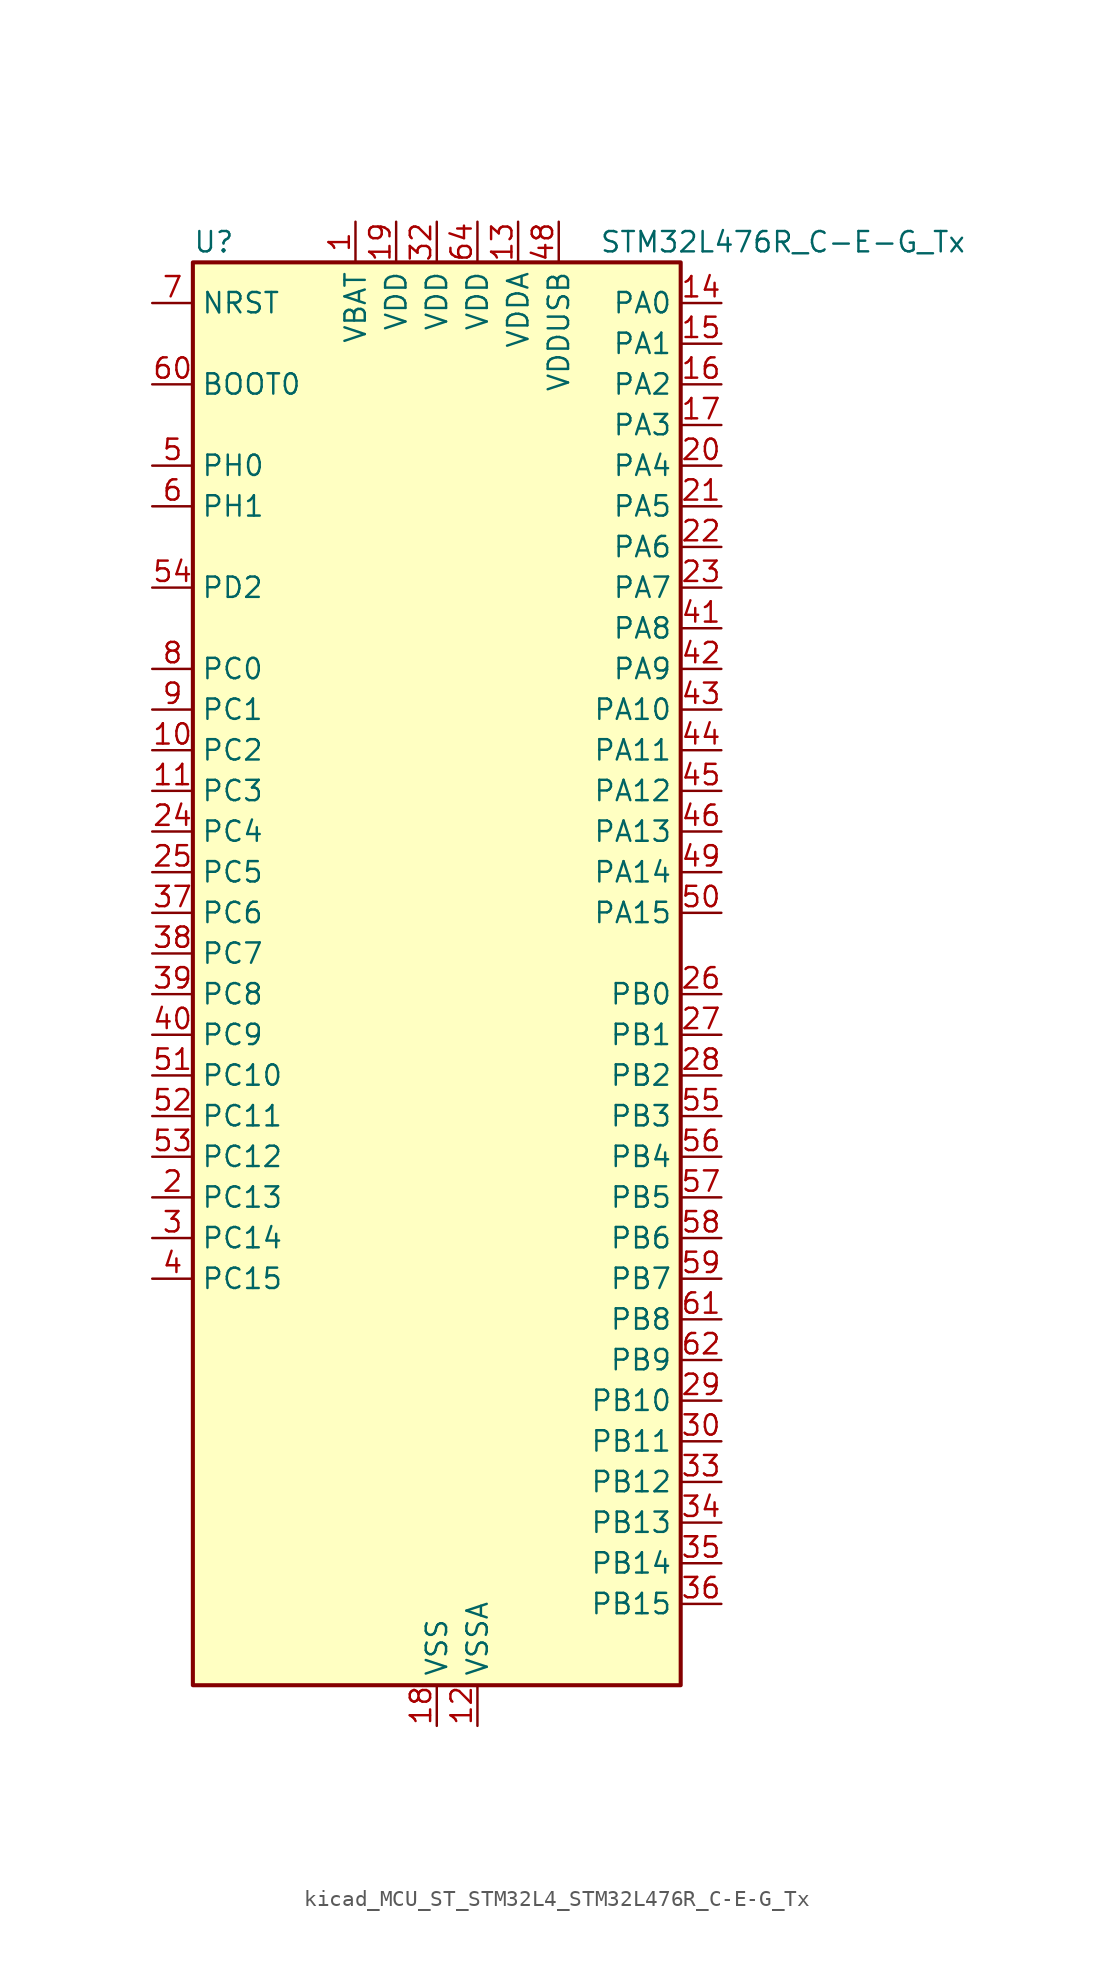
<source format=kicad_sym>
(kicad_symbol_lib
  (version 20220914)
  (generator kicad_symbol_editor)
  (symbol "kicad_MCU_ST_STM32L4_STM32L476R_C-E-G_Tx"
    (property "Reference" "U"
      (at -15.24 46.99 0)
      (effects (font (size 1.27 1.27)) (justify left)))
    (property "Value" "STM32L476R_C-E-G_Tx"
      (at 10.16 46.99 0)
      (effects (font (size 1.27 1.27)) (justify left)))
    (property "ki_locked" ""
      (at 0 0 0)
      (effects (font (size 1.27 1.27))))
    (symbol "kicad_MCU_ST_STM32L4_STM32L476R_C-E-G_Tx_0_1"
      (rectangle (start -15.24 -43.18) (end 15.24 45.72) (stroke (width 0.254) (type default)) (fill (type background))))
    (symbol "kicad_MCU_ST_STM32L4_STM32L476R_C-E-G_Tx_1_1"
      (pin power_in line (at -5.08 48.26 270) (length 2.54) (name "VBAT" (effects (font (size 1.27 1.27)))) (number "1" (effects (font (size 1.27 1.27)))))
      (pin bidirectional line (at -17.78 15.24 0) (length 2.54) (name "PC2" (effects (font (size 1.27 1.27)))) (number "10" (effects (font (size 1.27 1.27)))) (alternate "ADC1_IN3" bidirectional line) (alternate "ADC2_IN3" bidirectional line) (alternate "ADC3_IN3" bidirectional line) (alternate "DFSDM1_CKOUT" bidirectional line) (alternate "LCD_SEG20" bidirectional line) (alternate "LPTIM1_IN2" bidirectional line) (alternate "SPI2_MISO" bidirectional line))
      (pin bidirectional line (at -17.78 12.7 0) (length 2.54) (name "PC3" (effects (font (size 1.27 1.27)))) (number "11" (effects (font (size 1.27 1.27)))) (alternate "ADC1_IN4" bidirectional line) (alternate "ADC2_IN4" bidirectional line) (alternate "ADC3_IN4" bidirectional line) (alternate "LCD_VLCD" bidirectional line) (alternate "LPTIM1_ETR" bidirectional line) (alternate "LPTIM2_ETR" bidirectional line) (alternate "SAI1_SD_A" bidirectional line) (alternate "SPI2_MOSI" bidirectional line))
      (pin power_in line (at 2.54 -45.72 90) (length 2.54) (name "VSSA" (effects (font (size 1.27 1.27)))) (number "12" (effects (font (size 1.27 1.27)))))
      (pin power_in line (at 5.08 48.26 270) (length 2.54) (name "VDDA" (effects (font (size 1.27 1.27)))) (number "13" (effects (font (size 1.27 1.27)))))
      (pin bidirectional line (at 17.78 43.18 180) (length 2.54) (name "PA0" (effects (font (size 1.27 1.27)))) (number "14" (effects (font (size 1.27 1.27)))) (alternate "ADC1_IN5" bidirectional line) (alternate "ADC2_IN5" bidirectional line) (alternate "OPAMP1_VINP" bidirectional line) (alternate "RTC_TAMP2" bidirectional line) (alternate "SAI1_EXTCLK" bidirectional line) (alternate "SYS_WKUP1" bidirectional line) (alternate "TIM2_CH1" bidirectional line) (alternate "TIM2_ETR" bidirectional line) (alternate "TIM5_CH1" bidirectional line) (alternate "TIM8_ETR" bidirectional line) (alternate "UART4_TX" bidirectional line) (alternate "USART2_CTS" bidirectional line))
      (pin bidirectional line (at 17.78 40.64 180) (length 2.54) (name "PA1" (effects (font (size 1.27 1.27)))) (number "15" (effects (font (size 1.27 1.27)))) (alternate "ADC1_IN6" bidirectional line) (alternate "ADC2_IN6" bidirectional line) (alternate "LCD_SEG0" bidirectional line) (alternate "OPAMP1_VINM" bidirectional line) (alternate "TIM15_CH1N" bidirectional line) (alternate "TIM2_CH2" bidirectional line) (alternate "TIM5_CH2" bidirectional line) (alternate "UART4_RX" bidirectional line) (alternate "USART2_DE" bidirectional line) (alternate "USART2_RTS" bidirectional line))
      (pin bidirectional line (at 17.78 38.1 180) (length 2.54) (name "PA2" (effects (font (size 1.27 1.27)))) (number "16" (effects (font (size 1.27 1.27)))) (alternate "ADC1_IN7" bidirectional line) (alternate "ADC2_IN7" bidirectional line) (alternate "LCD_SEG1" bidirectional line) (alternate "RCC_LSCO" bidirectional line) (alternate "SAI2_EXTCLK" bidirectional line) (alternate "SYS_WKUP4" bidirectional line) (alternate "TIM15_CH1" bidirectional line) (alternate "TIM2_CH3" bidirectional line) (alternate "TIM5_CH3" bidirectional line) (alternate "USART2_TX" bidirectional line))
      (pin bidirectional line (at 17.78 35.56 180) (length 2.54) (name "PA3" (effects (font (size 1.27 1.27)))) (number "17" (effects (font (size 1.27 1.27)))) (alternate "ADC1_IN8" bidirectional line) (alternate "ADC2_IN8" bidirectional line) (alternate "LCD_SEG2" bidirectional line) (alternate "OPAMP1_VOUT" bidirectional line) (alternate "TIM15_CH2" bidirectional line) (alternate "TIM2_CH4" bidirectional line) (alternate "TIM5_CH4" bidirectional line) (alternate "USART2_RX" bidirectional line))
      (pin power_in line (at 0 -45.72 90) (length 2.54) (name "VSS" (effects (font (size 1.27 1.27)))) (number "18" (effects (font (size 1.27 1.27)))))
      (pin power_in line (at -2.54 48.26 270) (length 2.54) (name "VDD" (effects (font (size 1.27 1.27)))) (number "19" (effects (font (size 1.27 1.27)))))
      (pin bidirectional line (at -17.78 -12.7 0) (length 2.54) (name "PC13" (effects (font (size 1.27 1.27)))) (number "2" (effects (font (size 1.27 1.27)))) (alternate "RTC_OUT_ALARM" bidirectional line) (alternate "RTC_OUT_CALIB" bidirectional line) (alternate "RTC_TAMP1" bidirectional line) (alternate "RTC_TS" bidirectional line) (alternate "SYS_WKUP2" bidirectional line))
      (pin bidirectional line (at 17.78 33.02 180) (length 2.54) (name "PA4" (effects (font (size 1.27 1.27)))) (number "20" (effects (font (size 1.27 1.27)))) (alternate "ADC1_IN9" bidirectional line) (alternate "ADC2_IN9" bidirectional line) (alternate "DAC1_OUT1" bidirectional line) (alternate "LPTIM2_OUT" bidirectional line) (alternate "SAI1_FS_B" bidirectional line) (alternate "SPI1_NSS" bidirectional line) (alternate "SPI3_NSS" bidirectional line) (alternate "USART2_CK" bidirectional line))
      (pin bidirectional line (at 17.78 30.48 180) (length 2.54) (name "PA5" (effects (font (size 1.27 1.27)))) (number "21" (effects (font (size 1.27 1.27)))) (alternate "ADC1_IN10" bidirectional line) (alternate "ADC2_IN10" bidirectional line) (alternate "DAC1_OUT2" bidirectional line) (alternate "LPTIM2_ETR" bidirectional line) (alternate "SPI1_SCK" bidirectional line) (alternate "TIM2_CH1" bidirectional line) (alternate "TIM2_ETR" bidirectional line) (alternate "TIM8_CH1N" bidirectional line))
      (pin bidirectional line (at 17.78 27.94 180) (length 2.54) (name "PA6" (effects (font (size 1.27 1.27)))) (number "22" (effects (font (size 1.27 1.27)))) (alternate "ADC1_IN11" bidirectional line) (alternate "ADC2_IN11" bidirectional line) (alternate "LCD_SEG3" bidirectional line) (alternate "OPAMP2_VINP" bidirectional line) (alternate "QUADSPI_BK1_IO3" bidirectional line) (alternate "SPI1_MISO" bidirectional line) (alternate "TIM16_CH1" bidirectional line) (alternate "TIM1_BKIN" bidirectional line) (alternate "TIM1_BKIN_COMP2" bidirectional line) (alternate "TIM3_CH1" bidirectional line) (alternate "TIM8_BKIN" bidirectional line) (alternate "TIM8_BKIN_COMP2" bidirectional line) (alternate "USART3_CTS" bidirectional line))
      (pin bidirectional line (at 17.78 25.4 180) (length 2.54) (name "PA7" (effects (font (size 1.27 1.27)))) (number "23" (effects (font (size 1.27 1.27)))) (alternate "ADC1_IN12" bidirectional line) (alternate "ADC2_IN12" bidirectional line) (alternate "LCD_SEG4" bidirectional line) (alternate "OPAMP2_VINM" bidirectional line) (alternate "QUADSPI_BK1_IO2" bidirectional line) (alternate "SPI1_MOSI" bidirectional line) (alternate "TIM17_CH1" bidirectional line) (alternate "TIM1_CH1N" bidirectional line) (alternate "TIM3_CH2" bidirectional line) (alternate "TIM8_CH1N" bidirectional line))
      (pin bidirectional line (at -17.78 10.16 0) (length 2.54) (name "PC4" (effects (font (size 1.27 1.27)))) (number "24" (effects (font (size 1.27 1.27)))) (alternate "ADC1_IN13" bidirectional line) (alternate "ADC2_IN13" bidirectional line) (alternate "COMP1_INM" bidirectional line) (alternate "LCD_SEG22" bidirectional line) (alternate "USART3_TX" bidirectional line))
      (pin bidirectional line (at -17.78 7.62 0) (length 2.54) (name "PC5" (effects (font (size 1.27 1.27)))) (number "25" (effects (font (size 1.27 1.27)))) (alternate "ADC1_IN14" bidirectional line) (alternate "ADC2_IN14" bidirectional line) (alternate "COMP1_INP" bidirectional line) (alternate "LCD_SEG23" bidirectional line) (alternate "SYS_WKUP5" bidirectional line) (alternate "USART3_RX" bidirectional line))
      (pin bidirectional line (at 17.78 0 180) (length 2.54) (name "PB0" (effects (font (size 1.27 1.27)))) (number "26" (effects (font (size 1.27 1.27)))) (alternate "ADC1_IN15" bidirectional line) (alternate "ADC2_IN15" bidirectional line) (alternate "COMP1_OUT" bidirectional line) (alternate "LCD_SEG5" bidirectional line) (alternate "OPAMP2_VOUT" bidirectional line) (alternate "QUADSPI_BK1_IO1" bidirectional line) (alternate "TIM1_CH2N" bidirectional line) (alternate "TIM3_CH3" bidirectional line) (alternate "TIM8_CH2N" bidirectional line) (alternate "USART3_CK" bidirectional line))
      (pin bidirectional line (at 17.78 -2.54 180) (length 2.54) (name "PB1" (effects (font (size 1.27 1.27)))) (number "27" (effects (font (size 1.27 1.27)))) (alternate "ADC1_IN16" bidirectional line) (alternate "ADC2_IN16" bidirectional line) (alternate "COMP1_INM" bidirectional line) (alternate "DFSDM1_DATIN0" bidirectional line) (alternate "LCD_SEG6" bidirectional line) (alternate "LPTIM2_IN1" bidirectional line) (alternate "QUADSPI_BK1_IO0" bidirectional line) (alternate "TIM1_CH3N" bidirectional line) (alternate "TIM3_CH4" bidirectional line) (alternate "TIM8_CH3N" bidirectional line) (alternate "USART3_DE" bidirectional line) (alternate "USART3_RTS" bidirectional line))
      (pin bidirectional line (at 17.78 -5.08 180) (length 2.54) (name "PB2" (effects (font (size 1.27 1.27)))) (number "28" (effects (font (size 1.27 1.27)))) (alternate "COMP1_INP" bidirectional line) (alternate "DFSDM1_CKIN0" bidirectional line) (alternate "I2C3_SMBA" bidirectional line) (alternate "LPTIM1_OUT" bidirectional line) (alternate "RTC_OUT_ALARM" bidirectional line) (alternate "RTC_OUT_CALIB" bidirectional line))
      (pin bidirectional line (at 17.78 -25.4 180) (length 2.54) (name "PB10" (effects (font (size 1.27 1.27)))) (number "29" (effects (font (size 1.27 1.27)))) (alternate "COMP1_OUT" bidirectional line) (alternate "DFSDM1_DATIN7" bidirectional line) (alternate "I2C2_SCL" bidirectional line) (alternate "LCD_SEG10" bidirectional line) (alternate "LPUART1_RX" bidirectional line) (alternate "QUADSPI_CLK" bidirectional line) (alternate "SAI1_SCK_A" bidirectional line) (alternate "SPI2_SCK" bidirectional line) (alternate "TIM2_CH3" bidirectional line) (alternate "USART3_TX" bidirectional line))
      (pin bidirectional line (at -17.78 -15.24 0) (length 2.54) (name "PC14" (effects (font (size 1.27 1.27)))) (number "3" (effects (font (size 1.27 1.27)))) (alternate "RCC_OSC32_IN" bidirectional line))
      (pin bidirectional line (at 17.78 -27.94 180) (length 2.54) (name "PB11" (effects (font (size 1.27 1.27)))) (number "30" (effects (font (size 1.27 1.27)))) (alternate "ADC1_EXTI11" bidirectional line) (alternate "ADC2_EXTI11" bidirectional line) (alternate "ADC3_EXTI11" bidirectional line) (alternate "COMP2_OUT" bidirectional line) (alternate "DFSDM1_CKIN7" bidirectional line) (alternate "I2C2_SDA" bidirectional line) (alternate "LCD_SEG11" bidirectional line) (alternate "LPUART1_TX" bidirectional line) (alternate "QUADSPI_NCS" bidirectional line) (alternate "TIM2_CH4" bidirectional line) (alternate "USART3_RX" bidirectional line))
      (pin passive line (at 0 -45.72 90) (length 2.54) hide (name "VSS" (effects (font (size 1.27 1.27)))) (number "31" (effects (font (size 1.27 1.27)))))
      (pin power_in line (at 0 48.26 270) (length 2.54) (name "VDD" (effects (font (size 1.27 1.27)))) (number "32" (effects (font (size 1.27 1.27)))))
      (pin bidirectional line (at 17.78 -30.48 180) (length 2.54) (name "PB12" (effects (font (size 1.27 1.27)))) (number "33" (effects (font (size 1.27 1.27)))) (alternate "DFSDM1_DATIN1" bidirectional line) (alternate "I2C2_SMBA" bidirectional line) (alternate "LCD_SEG12" bidirectional line) (alternate "LPUART1_DE" bidirectional line) (alternate "LPUART1_RTS" bidirectional line) (alternate "SAI2_FS_A" bidirectional line) (alternate "SPI2_NSS" bidirectional line) (alternate "SWPMI1_IO" bidirectional line) (alternate "TIM15_BKIN" bidirectional line) (alternate "TIM1_BKIN" bidirectional line) (alternate "TIM1_BKIN_COMP2" bidirectional line) (alternate "TSC_G1_IO1" bidirectional line) (alternate "USART3_CK" bidirectional line))
      (pin bidirectional line (at 17.78 -33.02 180) (length 2.54) (name "PB13" (effects (font (size 1.27 1.27)))) (number "34" (effects (font (size 1.27 1.27)))) (alternate "DFSDM1_CKIN1" bidirectional line) (alternate "I2C2_SCL" bidirectional line) (alternate "LCD_SEG13" bidirectional line) (alternate "LPUART1_CTS" bidirectional line) (alternate "SAI2_SCK_A" bidirectional line) (alternate "SPI2_SCK" bidirectional line) (alternate "SWPMI1_TX" bidirectional line) (alternate "TIM15_CH1N" bidirectional line) (alternate "TIM1_CH1N" bidirectional line) (alternate "TSC_G1_IO2" bidirectional line) (alternate "USART3_CTS" bidirectional line))
      (pin bidirectional line (at 17.78 -35.56 180) (length 2.54) (name "PB14" (effects (font (size 1.27 1.27)))) (number "35" (effects (font (size 1.27 1.27)))) (alternate "DFSDM1_DATIN2" bidirectional line) (alternate "I2C2_SDA" bidirectional line) (alternate "LCD_SEG14" bidirectional line) (alternate "SAI2_MCLK_A" bidirectional line) (alternate "SPI2_MISO" bidirectional line) (alternate "SWPMI1_RX" bidirectional line) (alternate "TIM15_CH1" bidirectional line) (alternate "TIM1_CH2N" bidirectional line) (alternate "TIM8_CH2N" bidirectional line) (alternate "TSC_G1_IO3" bidirectional line) (alternate "USART3_DE" bidirectional line) (alternate "USART3_RTS" bidirectional line))
      (pin bidirectional line (at 17.78 -38.1 180) (length 2.54) (name "PB15" (effects (font (size 1.27 1.27)))) (number "36" (effects (font (size 1.27 1.27)))) (alternate "ADC1_EXTI15" bidirectional line) (alternate "ADC2_EXTI15" bidirectional line) (alternate "ADC3_EXTI15" bidirectional line) (alternate "DFSDM1_CKIN2" bidirectional line) (alternate "LCD_SEG15" bidirectional line) (alternate "RTC_REFIN" bidirectional line) (alternate "SAI2_SD_A" bidirectional line) (alternate "SPI2_MOSI" bidirectional line) (alternate "SWPMI1_SUSPEND" bidirectional line) (alternate "TIM15_CH2" bidirectional line) (alternate "TIM1_CH3N" bidirectional line) (alternate "TIM8_CH3N" bidirectional line) (alternate "TSC_G1_IO4" bidirectional line))
      (pin bidirectional line (at -17.78 5.08 0) (length 2.54) (name "PC6" (effects (font (size 1.27 1.27)))) (number "37" (effects (font (size 1.27 1.27)))) (alternate "DFSDM1_CKIN3" bidirectional line) (alternate "LCD_SEG24" bidirectional line) (alternate "SAI2_MCLK_A" bidirectional line) (alternate "SDMMC1_D6" bidirectional line) (alternate "TIM3_CH1" bidirectional line) (alternate "TIM8_CH1" bidirectional line) (alternate "TSC_G4_IO1" bidirectional line))
      (pin bidirectional line (at -17.78 2.54 0) (length 2.54) (name "PC7" (effects (font (size 1.27 1.27)))) (number "38" (effects (font (size 1.27 1.27)))) (alternate "DFSDM1_DATIN3" bidirectional line) (alternate "LCD_SEG25" bidirectional line) (alternate "SAI2_MCLK_B" bidirectional line) (alternate "SDMMC1_D7" bidirectional line) (alternate "TIM3_CH2" bidirectional line) (alternate "TIM8_CH2" bidirectional line) (alternate "TSC_G4_IO2" bidirectional line))
      (pin bidirectional line (at -17.78 0 0) (length 2.54) (name "PC8" (effects (font (size 1.27 1.27)))) (number "39" (effects (font (size 1.27 1.27)))) (alternate "LCD_SEG26" bidirectional line) (alternate "SDMMC1_D0" bidirectional line) (alternate "TIM3_CH3" bidirectional line) (alternate "TIM8_CH3" bidirectional line) (alternate "TSC_G4_IO3" bidirectional line))
      (pin bidirectional line (at -17.78 -17.78 0) (length 2.54) (name "PC15" (effects (font (size 1.27 1.27)))) (number "4" (effects (font (size 1.27 1.27)))) (alternate "ADC1_EXTI15" bidirectional line) (alternate "ADC2_EXTI15" bidirectional line) (alternate "ADC3_EXTI15" bidirectional line) (alternate "RCC_OSC32_OUT" bidirectional line))
      (pin bidirectional line (at -17.78 -2.54 0) (length 2.54) (name "PC9" (effects (font (size 1.27 1.27)))) (number "40" (effects (font (size 1.27 1.27)))) (alternate "DAC1_EXTI9" bidirectional line) (alternate "LCD_SEG27" bidirectional line) (alternate "SAI2_EXTCLK" bidirectional line) (alternate "SDMMC1_D1" bidirectional line) (alternate "TIM3_CH4" bidirectional line) (alternate "TIM8_BKIN2" bidirectional line) (alternate "TIM8_BKIN2_COMP1" bidirectional line) (alternate "TIM8_CH4" bidirectional line) (alternate "TSC_G4_IO4" bidirectional line) (alternate "USB_OTG_FS_NOE" bidirectional line))
      (pin bidirectional line (at 17.78 22.86 180) (length 2.54) (name "PA8" (effects (font (size 1.27 1.27)))) (number "41" (effects (font (size 1.27 1.27)))) (alternate "LCD_COM0" bidirectional line) (alternate "LPTIM2_OUT" bidirectional line) (alternate "RCC_MCO" bidirectional line) (alternate "TIM1_CH1" bidirectional line) (alternate "USART1_CK" bidirectional line) (alternate "USB_OTG_FS_SOF" bidirectional line))
      (pin bidirectional line (at 17.78 20.32 180) (length 2.54) (name "PA9" (effects (font (size 1.27 1.27)))) (number "42" (effects (font (size 1.27 1.27)))) (alternate "DAC1_EXTI9" bidirectional line) (alternate "LCD_COM1" bidirectional line) (alternate "TIM15_BKIN" bidirectional line) (alternate "TIM1_CH2" bidirectional line) (alternate "USART1_TX" bidirectional line) (alternate "USB_OTG_FS_VBUS" bidirectional line))
      (pin bidirectional line (at 17.78 17.78 180) (length 2.54) (name "PA10" (effects (font (size 1.27 1.27)))) (number "43" (effects (font (size 1.27 1.27)))) (alternate "LCD_COM2" bidirectional line) (alternate "TIM17_BKIN" bidirectional line) (alternate "TIM1_CH3" bidirectional line) (alternate "USART1_RX" bidirectional line) (alternate "USB_OTG_FS_ID" bidirectional line))
      (pin bidirectional line (at 17.78 15.24 180) (length 2.54) (name "PA11" (effects (font (size 1.27 1.27)))) (number "44" (effects (font (size 1.27 1.27)))) (alternate "ADC1_EXTI11" bidirectional line) (alternate "ADC2_EXTI11" bidirectional line) (alternate "ADC3_EXTI11" bidirectional line) (alternate "CAN1_RX" bidirectional line) (alternate "TIM1_BKIN2" bidirectional line) (alternate "TIM1_BKIN2_COMP1" bidirectional line) (alternate "TIM1_CH4" bidirectional line) (alternate "USART1_CTS" bidirectional line) (alternate "USB_OTG_FS_DM" bidirectional line))
      (pin bidirectional line (at 17.78 12.7 180) (length 2.54) (name "PA12" (effects (font (size 1.27 1.27)))) (number "45" (effects (font (size 1.27 1.27)))) (alternate "CAN1_TX" bidirectional line) (alternate "TIM1_ETR" bidirectional line) (alternate "USART1_DE" bidirectional line) (alternate "USART1_RTS" bidirectional line) (alternate "USB_OTG_FS_DP" bidirectional line))
      (pin bidirectional line (at 17.78 10.16 180) (length 2.54) (name "PA13" (effects (font (size 1.27 1.27)))) (number "46" (effects (font (size 1.27 1.27)))) (alternate "IR_OUT" bidirectional line) (alternate "SYS_JTMS-SWDIO" bidirectional line) (alternate "USB_OTG_FS_NOE" bidirectional line))
      (pin passive line (at 0 -45.72 90) (length 2.54) hide (name "VSS" (effects (font (size 1.27 1.27)))) (number "47" (effects (font (size 1.27 1.27)))))
      (pin power_in line (at 7.62 48.26 270) (length 2.54) (name "VDDUSB" (effects (font (size 1.27 1.27)))) (number "48" (effects (font (size 1.27 1.27)))))
      (pin bidirectional line (at 17.78 7.62 180) (length 2.54) (name "PA14" (effects (font (size 1.27 1.27)))) (number "49" (effects (font (size 1.27 1.27)))) (alternate "SYS_JTCK-SWCLK" bidirectional line))
      (pin bidirectional line (at -17.78 33.02 0) (length 2.54) (name "PH0" (effects (font (size 1.27 1.27)))) (number "5" (effects (font (size 1.27 1.27)))) (alternate "RCC_OSC_IN" bidirectional line))
      (pin bidirectional line (at 17.78 5.08 180) (length 2.54) (name "PA15" (effects (font (size 1.27 1.27)))) (number "50" (effects (font (size 1.27 1.27)))) (alternate "ADC1_EXTI15" bidirectional line) (alternate "ADC2_EXTI15" bidirectional line) (alternate "ADC3_EXTI15" bidirectional line) (alternate "LCD_SEG17" bidirectional line) (alternate "SAI2_FS_B" bidirectional line) (alternate "SPI1_NSS" bidirectional line) (alternate "SPI3_NSS" bidirectional line) (alternate "SYS_JTDI" bidirectional line) (alternate "TIM2_CH1" bidirectional line) (alternate "TIM2_ETR" bidirectional line) (alternate "TSC_G3_IO1" bidirectional line) (alternate "UART4_DE" bidirectional line) (alternate "UART4_RTS" bidirectional line))
      (pin bidirectional line (at -17.78 -5.08 0) (length 2.54) (name "PC10" (effects (font (size 1.27 1.27)))) (number "51" (effects (font (size 1.27 1.27)))) (alternate "LCD_COM4" bidirectional line) (alternate "LCD_SEG28" bidirectional line) (alternate "LCD_SEG40" bidirectional line) (alternate "SAI2_SCK_B" bidirectional line) (alternate "SDMMC1_D2" bidirectional line) (alternate "SPI3_SCK" bidirectional line) (alternate "TSC_G3_IO2" bidirectional line) (alternate "UART4_TX" bidirectional line) (alternate "USART3_TX" bidirectional line))
      (pin bidirectional line (at -17.78 -7.62 0) (length 2.54) (name "PC11" (effects (font (size 1.27 1.27)))) (number "52" (effects (font (size 1.27 1.27)))) (alternate "ADC1_EXTI11" bidirectional line) (alternate "ADC2_EXTI11" bidirectional line) (alternate "ADC3_EXTI11" bidirectional line) (alternate "LCD_COM5" bidirectional line) (alternate "LCD_SEG29" bidirectional line) (alternate "LCD_SEG41" bidirectional line) (alternate "SAI2_MCLK_B" bidirectional line) (alternate "SDMMC1_D3" bidirectional line) (alternate "SPI3_MISO" bidirectional line) (alternate "TSC_G3_IO3" bidirectional line) (alternate "UART4_RX" bidirectional line) (alternate "USART3_RX" bidirectional line))
      (pin bidirectional line (at -17.78 -10.16 0) (length 2.54) (name "PC12" (effects (font (size 1.27 1.27)))) (number "53" (effects (font (size 1.27 1.27)))) (alternate "LCD_COM6" bidirectional line) (alternate "LCD_SEG30" bidirectional line) (alternate "LCD_SEG42" bidirectional line) (alternate "SAI2_SD_B" bidirectional line) (alternate "SDMMC1_CK" bidirectional line) (alternate "SPI3_MOSI" bidirectional line) (alternate "TSC_G3_IO4" bidirectional line) (alternate "UART5_TX" bidirectional line) (alternate "USART3_CK" bidirectional line))
      (pin bidirectional line (at -17.78 25.4 0) (length 2.54) (name "PD2" (effects (font (size 1.27 1.27)))) (number "54" (effects (font (size 1.27 1.27)))) (alternate "LCD_COM7" bidirectional line) (alternate "LCD_SEG31" bidirectional line) (alternate "LCD_SEG43" bidirectional line) (alternate "SDMMC1_CMD" bidirectional line) (alternate "TIM3_ETR" bidirectional line) (alternate "TSC_SYNC" bidirectional line) (alternate "UART5_RX" bidirectional line) (alternate "USART3_DE" bidirectional line) (alternate "USART3_RTS" bidirectional line))
      (pin bidirectional line (at 17.78 -7.62 180) (length 2.54) (name "PB3" (effects (font (size 1.27 1.27)))) (number "55" (effects (font (size 1.27 1.27)))) (alternate "COMP2_INM" bidirectional line) (alternate "LCD_SEG7" bidirectional line) (alternate "SAI1_SCK_B" bidirectional line) (alternate "SPI1_SCK" bidirectional line) (alternate "SPI3_SCK" bidirectional line) (alternate "SYS_JTDO-SWO" bidirectional line) (alternate "TIM2_CH2" bidirectional line) (alternate "USART1_DE" bidirectional line) (alternate "USART1_RTS" bidirectional line))
      (pin bidirectional line (at 17.78 -10.16 180) (length 2.54) (name "PB4" (effects (font (size 1.27 1.27)))) (number "56" (effects (font (size 1.27 1.27)))) (alternate "COMP2_INP" bidirectional line) (alternate "LCD_SEG8" bidirectional line) (alternate "SAI1_MCLK_B" bidirectional line) (alternate "SPI1_MISO" bidirectional line) (alternate "SPI3_MISO" bidirectional line) (alternate "SYS_JTRST" bidirectional line) (alternate "TIM17_BKIN" bidirectional line) (alternate "TIM3_CH1" bidirectional line) (alternate "TSC_G2_IO1" bidirectional line) (alternate "UART5_DE" bidirectional line) (alternate "UART5_RTS" bidirectional line) (alternate "USART1_CTS" bidirectional line))
      (pin bidirectional line (at 17.78 -12.7 180) (length 2.54) (name "PB5" (effects (font (size 1.27 1.27)))) (number "57" (effects (font (size 1.27 1.27)))) (alternate "COMP2_OUT" bidirectional line) (alternate "I2C1_SMBA" bidirectional line) (alternate "LCD_SEG9" bidirectional line) (alternate "LPTIM1_IN1" bidirectional line) (alternate "SAI1_SD_B" bidirectional line) (alternate "SPI1_MOSI" bidirectional line) (alternate "SPI3_MOSI" bidirectional line) (alternate "TIM16_BKIN" bidirectional line) (alternate "TIM3_CH2" bidirectional line) (alternate "TSC_G2_IO2" bidirectional line) (alternate "UART5_CTS" bidirectional line) (alternate "USART1_CK" bidirectional line))
      (pin bidirectional line (at 17.78 -15.24 180) (length 2.54) (name "PB6" (effects (font (size 1.27 1.27)))) (number "58" (effects (font (size 1.27 1.27)))) (alternate "COMP2_INP" bidirectional line) (alternate "DFSDM1_DATIN5" bidirectional line) (alternate "I2C1_SCL" bidirectional line) (alternate "LPTIM1_ETR" bidirectional line) (alternate "SAI1_FS_B" bidirectional line) (alternate "TIM16_CH1N" bidirectional line) (alternate "TIM4_CH1" bidirectional line) (alternate "TIM8_BKIN2" bidirectional line) (alternate "TIM8_BKIN2_COMP2" bidirectional line) (alternate "TSC_G2_IO3" bidirectional line) (alternate "USART1_TX" bidirectional line))
      (pin bidirectional line (at 17.78 -17.78 180) (length 2.54) (name "PB7" (effects (font (size 1.27 1.27)))) (number "59" (effects (font (size 1.27 1.27)))) (alternate "COMP2_INM" bidirectional line) (alternate "DFSDM1_CKIN5" bidirectional line) (alternate "I2C1_SDA" bidirectional line) (alternate "LCD_SEG21" bidirectional line) (alternate "LPTIM1_IN2" bidirectional line) (alternate "SYS_PVD_IN" bidirectional line) (alternate "TIM17_CH1N" bidirectional line) (alternate "TIM4_CH2" bidirectional line) (alternate "TIM8_BKIN" bidirectional line) (alternate "TIM8_BKIN_COMP1" bidirectional line) (alternate "TSC_G2_IO4" bidirectional line) (alternate "UART4_CTS" bidirectional line) (alternate "USART1_RX" bidirectional line))
      (pin bidirectional line (at -17.78 30.48 0) (length 2.54) (name "PH1" (effects (font (size 1.27 1.27)))) (number "6" (effects (font (size 1.27 1.27)))) (alternate "RCC_OSC_OUT" bidirectional line))
      (pin input line (at -17.78 38.1 0) (length 2.54) (name "BOOT0" (effects (font (size 1.27 1.27)))) (number "60" (effects (font (size 1.27 1.27)))))
      (pin bidirectional line (at 17.78 -20.32 180) (length 2.54) (name "PB8" (effects (font (size 1.27 1.27)))) (number "61" (effects (font (size 1.27 1.27)))) (alternate "CAN1_RX" bidirectional line) (alternate "DFSDM1_DATIN6" bidirectional line) (alternate "I2C1_SCL" bidirectional line) (alternate "LCD_SEG16" bidirectional line) (alternate "SAI1_MCLK_A" bidirectional line) (alternate "SDMMC1_D4" bidirectional line) (alternate "TIM16_CH1" bidirectional line) (alternate "TIM4_CH3" bidirectional line))
      (pin bidirectional line (at 17.78 -22.86 180) (length 2.54) (name "PB9" (effects (font (size 1.27 1.27)))) (number "62" (effects (font (size 1.27 1.27)))) (alternate "CAN1_TX" bidirectional line) (alternate "DAC1_EXTI9" bidirectional line) (alternate "DFSDM1_CKIN6" bidirectional line) (alternate "I2C1_SDA" bidirectional line) (alternate "IR_OUT" bidirectional line) (alternate "LCD_COM3" bidirectional line) (alternate "SAI1_FS_A" bidirectional line) (alternate "SDMMC1_D5" bidirectional line) (alternate "SPI2_NSS" bidirectional line) (alternate "TIM17_CH1" bidirectional line) (alternate "TIM4_CH4" bidirectional line))
      (pin passive line (at 0 -45.72 90) (length 2.54) hide (name "VSS" (effects (font (size 1.27 1.27)))) (number "63" (effects (font (size 1.27 1.27)))))
      (pin power_in line (at 2.54 48.26 270) (length 2.54) (name "VDD" (effects (font (size 1.27 1.27)))) (number "64" (effects (font (size 1.27 1.27)))))
      (pin input line (at -17.78 43.18 0) (length 2.54) (name "NRST" (effects (font (size 1.27 1.27)))) (number "7" (effects (font (size 1.27 1.27)))))
      (pin bidirectional line (at -17.78 20.32 0) (length 2.54) (name "PC0" (effects (font (size 1.27 1.27)))) (number "8" (effects (font (size 1.27 1.27)))) (alternate "ADC1_IN1" bidirectional line) (alternate "ADC2_IN1" bidirectional line) (alternate "ADC3_IN1" bidirectional line) (alternate "DFSDM1_DATIN4" bidirectional line) (alternate "I2C3_SCL" bidirectional line) (alternate "LCD_SEG18" bidirectional line) (alternate "LPTIM1_IN1" bidirectional line) (alternate "LPTIM2_IN1" bidirectional line) (alternate "LPUART1_RX" bidirectional line))
      (pin bidirectional line (at -17.78 17.78 0) (length 2.54) (name "PC1" (effects (font (size 1.27 1.27)))) (number "9" (effects (font (size 1.27 1.27)))) (alternate "ADC1_IN2" bidirectional line) (alternate "ADC2_IN2" bidirectional line) (alternate "ADC3_IN2" bidirectional line) (alternate "DFSDM1_CKIN4" bidirectional line) (alternate "I2C3_SDA" bidirectional line) (alternate "LCD_SEG19" bidirectional line) (alternate "LPTIM1_OUT" bidirectional line) (alternate "LPUART1_TX" bidirectional line)))))
</source>
